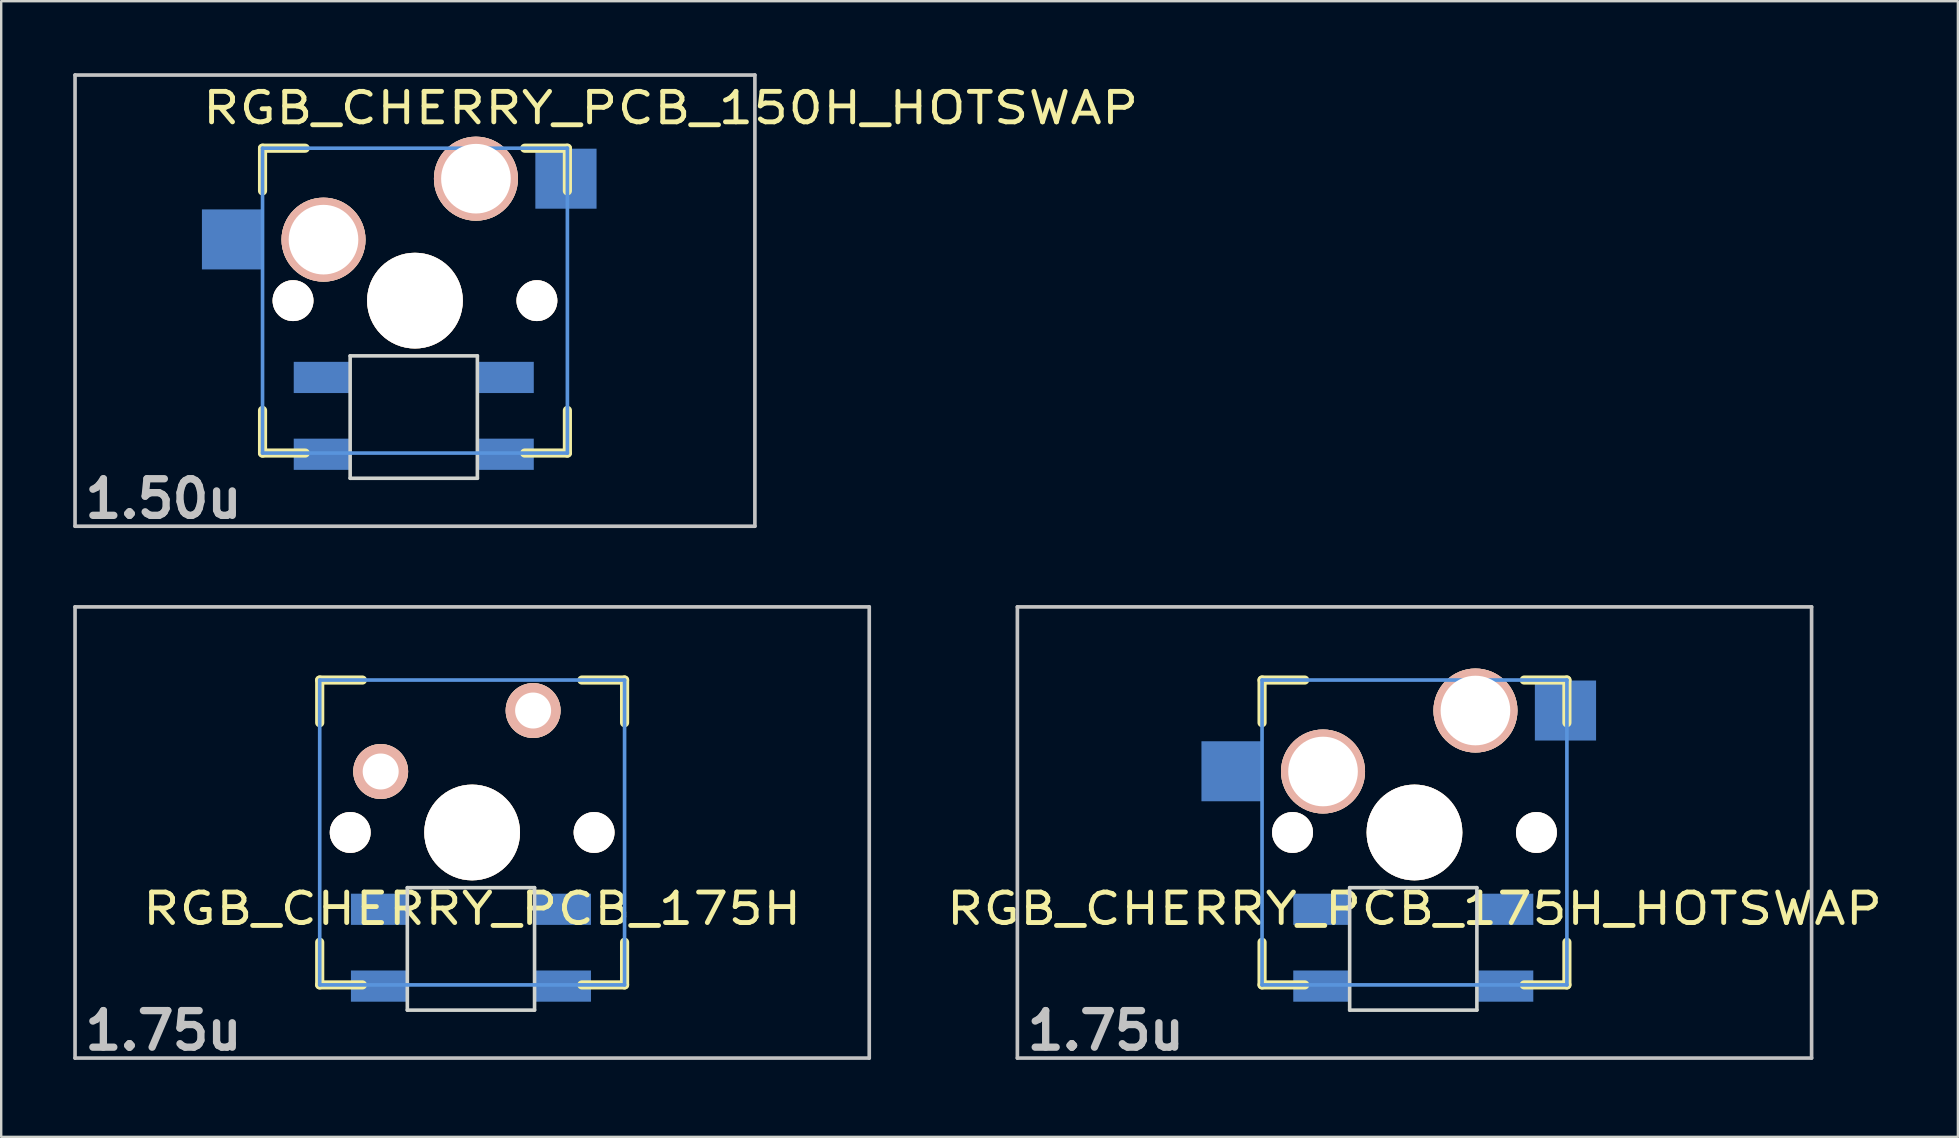
<source format=kicad_pcb>
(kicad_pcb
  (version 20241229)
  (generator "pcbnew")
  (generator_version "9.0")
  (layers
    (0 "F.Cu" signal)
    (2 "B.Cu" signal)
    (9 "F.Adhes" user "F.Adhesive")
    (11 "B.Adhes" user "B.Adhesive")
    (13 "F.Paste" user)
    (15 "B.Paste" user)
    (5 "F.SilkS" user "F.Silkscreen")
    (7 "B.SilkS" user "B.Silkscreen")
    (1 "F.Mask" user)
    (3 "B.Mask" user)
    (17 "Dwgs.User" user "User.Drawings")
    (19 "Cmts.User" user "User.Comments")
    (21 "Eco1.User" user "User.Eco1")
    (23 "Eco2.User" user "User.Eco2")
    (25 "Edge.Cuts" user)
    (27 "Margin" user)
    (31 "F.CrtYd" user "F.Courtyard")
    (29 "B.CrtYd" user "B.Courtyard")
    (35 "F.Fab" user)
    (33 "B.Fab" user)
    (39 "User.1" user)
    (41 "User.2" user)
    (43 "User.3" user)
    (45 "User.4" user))
  (footprint "RGB_CHERRY_PCB_175H_HOTSWAP"
    (layer "F.Cu")
    (at 55.876 31.63)
    (property "Reference" "RGB_CHERRY_PCB_175H_HOTSWAP" (at 0 3.175 0) (layer "F.SilkS") (effects (font (size 1.27 1.524) (thickness 0.203))))
    (attr through_hole)
    (fp_line (start -6.35 -6.35) (end -4.572 -6.35) (stroke (width 0.381) (type solid)) (layer "F.SilkS"))
    (fp_line (start -6.35 -4.572) (end -6.35 -6.35) (stroke (width 0.381) (type solid)) (layer "F.SilkS"))
    (fp_line (start -6.35 6.35) (end -6.35 4.572) (stroke (width 0.381) (type solid)) (layer "F.SilkS"))
    (fp_line (start -4.572 6.35) (end -6.35 6.35) (stroke (width 0.381) (type solid)) (layer "F.SilkS"))
    (fp_line (start 4.572 -6.35) (end 6.35 -6.35) (stroke (width 0.381) (type solid)) (layer "F.SilkS"))
    (fp_line (start 6.35 -6.35) (end 6.35 -4.572) (stroke (width 0.381) (type solid)) (layer "F.SilkS"))
    (fp_line (start 6.35 4.572) (end 6.35 6.35) (stroke (width 0.381) (type solid)) (layer "F.SilkS"))
    (fp_line (start 6.35 6.35) (end 4.572 6.35) (stroke (width 0.381) (type solid)) (layer "F.SilkS"))
    (fp_line (start -16.543 -9.398) (end 16.543 -9.398) (stroke (width 0.152) (type solid)) (layer "Dwgs.User"))
    (fp_line (start -16.543 9.398) (end -16.543 -9.398) (stroke (width 0.152) (type solid)) (layer "Dwgs.User"))
    (fp_line (start 16.543 -9.398) (end 16.543 9.398) (stroke (width 0.152) (type solid)) (layer "Dwgs.User"))
    (fp_line (start 16.543 9.398) (end -16.543 9.398) (stroke (width 0.152) (type solid)) (layer "Dwgs.User"))
    (fp_line (start -6.35 -6.35) (end 6.35 -6.35) (stroke (width 0.152) (type solid)) (layer "Cmts.User"))
    (fp_line (start -6.35 6.35) (end -6.35 -6.35) (stroke (width 0.152) (type solid)) (layer "Cmts.User"))
    (fp_line (start 6.35 -6.35) (end 6.35 6.35) (stroke (width 0.152) (type solid)) (layer "Cmts.User"))
    (fp_line (start 6.35 6.35) (end -6.35 6.35) (stroke (width 0.152) (type solid)) (layer "Cmts.User"))
    (fp_line (start -6.985 -6.985) (end 6.985 -6.985) (stroke (width 0.152) (type solid)) (layer "Eco2.User"))
    (fp_line (start -6.985 6.985) (end -6.985 -6.985) (stroke (width 0.152) (type solid)) (layer "Eco2.User"))
    (fp_line (start 6.985 -6.985) (end 6.985 6.985) (stroke (width 0.152) (type solid)) (layer "Eco2.User"))
    (fp_line (start 6.985 6.985) (end -6.985 6.985) (stroke (width 0.152) (type solid)) (layer "Eco2.User"))
    (fp_line (start -2.7 2.3) (end -2.7 7.4) (stroke (width 0.15) (type solid)) (layer "Edge.Cuts"))
    (fp_line (start -2.7 2.3) (end 2.6 2.3) (stroke (width 0.15) (type solid)) (layer "Edge.Cuts"))
    (fp_line (start 2.6 2.3) (end 2.6 7.4) (stroke (width 0.15) (type solid)) (layer "Edge.Cuts"))
    (fp_line (start 2.6 7.4) (end -2.7 7.4) (stroke (width 0.15) (type solid)) (layer "Edge.Cuts"))
    (fp_text user "1.75u" (at -12.86 8.255 0) (layer "Dwgs.User") (effects (font (size 1.524 1.524) (thickness 0.305))))
    (pad "" np_thru_hole circle (at -5.08 0) (size 1.702 1.702) (drill 1.702) (layers "*.Cu" "*.SilkS" "*.Mask"))
    (pad "" np_thru_hole circle (at 0 0) (size 3.988 3.988) (drill 3.988) (layers "*.Cu" "*.SilkS" "*.Mask"))
    (pad "" np_thru_hole circle (at 5.08 0) (size 1.702 1.702) (drill 1.702) (layers "*.Cu" "*.SilkS" "*.Mask"))
    (pad "1" thru_hole circle (at 2.54 -5.08) (size 3.5 3.5) (drill 2.9) (layers "*.Cu" "*.SilkS" "*.Mask"))
    (pad "1" smd rect (at 6.29 -5.08) (size 2.55 2.5) (layers "B.Cu" "B.Mask" "B.Paste"))
    (pad "2" smd rect (at -7.6 -2.55) (size 2.55 2.5) (layers "B.Cu" "B.Mask" "B.Paste"))
    (pad "2" thru_hole circle (at -3.81 -2.54) (size 3.5 3.5) (drill 2.9) (layers "*.Cu" "*.SilkS" "*.Mask"))
    (pad "3" smd rect (at -2.8 3.2) (size 2.3 1.3) (drill (offset -1.1 0)) (layers "B.Cu" "B.Mask" "B.Paste"))
    (pad "4" smd rect (at -2.8 6.4) (size 2.3 1.3) (drill (offset -1.1 0)) (layers "B.Cu" "B.Mask" "B.Paste"))
    (pad "5" smd rect (at 2.7 6.4) (size 2.3 1.3) (drill (offset 1.1 0)) (layers "B.Cu" "B.Mask" "B.Paste"))
    (pad "6" smd rect (at 2.7 3.2) (size 2.3 1.3) (drill (offset 1.1 0)) (layers "B.Cu" "B.Mask" "B.Paste")))
  (footprint "RGB_CHERRY_PCB_150H_HOTSWAP"
    (layer "F.Cu")
    (at 14.237 9.474)
    (property "Reference" "RGB_CHERRY_PCB_150H_HOTSWAP" (at 10.65 -8.025 0) (layer "F.SilkS") (effects (font (size 1.27 1.524) (thickness 0.203))))
    (attr through_hole)
    (fp_line (start -6.35 -6.35) (end -4.572 -6.35) (stroke (width 0.381) (type solid)) (layer "F.SilkS"))
    (fp_line (start -6.35 -4.572) (end -6.35 -6.35) (stroke (width 0.381) (type solid)) (layer "F.SilkS"))
    (fp_line (start -6.35 6.35) (end -6.35 4.572) (stroke (width 0.381) (type solid)) (layer "F.SilkS"))
    (fp_line (start -4.572 6.35) (end -6.35 6.35) (stroke (width 0.381) (type solid)) (layer "F.SilkS"))
    (fp_line (start 4.572 -6.35) (end 6.35 -6.35) (stroke (width 0.381) (type solid)) (layer "F.SilkS"))
    (fp_line (start 6.35 -6.35) (end 6.35 -4.572) (stroke (width 0.381) (type solid)) (layer "F.SilkS"))
    (fp_line (start 6.35 4.572) (end 6.35 6.35) (stroke (width 0.381) (type solid)) (layer "F.SilkS"))
    (fp_line (start 6.35 6.35) (end 4.572 6.35) (stroke (width 0.381) (type solid)) (layer "F.SilkS"))
    (fp_line (start -14.161 -9.398) (end 14.161 -9.398) (stroke (width 0.152) (type solid)) (layer "Dwgs.User"))
    (fp_line (start -14.161 9.398) (end -14.161 -9.398) (stroke (width 0.152) (type solid)) (layer "Dwgs.User"))
    (fp_line (start 14.161 -9.398) (end 14.161 9.398) (stroke (width 0.152) (type solid)) (layer "Dwgs.User"))
    (fp_line (start 14.161 9.398) (end -14.161 9.398) (stroke (width 0.152) (type solid)) (layer "Dwgs.User"))
    (fp_line (start -6.35 -6.35) (end 6.35 -6.35) (stroke (width 0.152) (type solid)) (layer "Cmts.User"))
    (fp_line (start -6.35 6.35) (end -6.35 -6.35) (stroke (width 0.152) (type solid)) (layer "Cmts.User"))
    (fp_line (start 6.35 -6.35) (end 6.35 6.35) (stroke (width 0.152) (type solid)) (layer "Cmts.User"))
    (fp_line (start 6.35 6.35) (end -6.35 6.35) (stroke (width 0.152) (type solid)) (layer "Cmts.User"))
    (fp_line (start -6.985 -6.985) (end 6.985 -6.985) (stroke (width 0.152) (type solid)) (layer "Eco2.User"))
    (fp_line (start -6.985 6.985) (end -6.985 -6.985) (stroke (width 0.152) (type solid)) (layer "Eco2.User"))
    (fp_line (start 6.985 -6.985) (end 6.985 6.985) (stroke (width 0.152) (type solid)) (layer "Eco2.User"))
    (fp_line (start 6.985 6.985) (end -6.985 6.985) (stroke (width 0.152) (type solid)) (layer "Eco2.User"))
    (fp_line (start -2.7 2.3) (end -2.7 7.4) (stroke (width 0.15) (type solid)) (layer "Edge.Cuts"))
    (fp_line (start -2.7 2.3) (end 2.6 2.3) (stroke (width 0.15) (type solid)) (layer "Edge.Cuts"))
    (fp_line (start 2.6 2.3) (end 2.6 7.4) (stroke (width 0.15) (type solid)) (layer "Edge.Cuts"))
    (fp_line (start 2.6 7.4) (end -2.7 7.4) (stroke (width 0.15) (type solid)) (layer "Edge.Cuts"))
    (fp_text user "1.50u" (at -10.477 8.255 0) (layer "Dwgs.User") (effects (font (size 1.524 1.524) (thickness 0.305))))
    (pad "" np_thru_hole circle (at -5.08 0) (size 1.702 1.702) (drill 1.702) (layers "*.Cu" "*.SilkS" "*.Mask"))
    (pad "" np_thru_hole circle (at 0 0) (size 3.988 3.988) (drill 3.988) (layers "*.Cu" "*.SilkS" "*.Mask"))
    (pad "" np_thru_hole circle (at 5.08 0) (size 1.702 1.702) (drill 1.702) (layers "*.Cu" "*.SilkS" "*.Mask"))
    (pad "1" thru_hole circle (at 2.54 -5.08) (size 3.5 3.5) (drill 2.9) (layers "*.Cu" "*.SilkS" "*.Mask"))
    (pad "1" smd rect (at 6.29 -5.08) (size 2.55 2.5) (layers "B.Cu" "B.Mask" "B.Paste"))
    (pad "2" smd rect (at -7.6 -2.55) (size 2.55 2.5) (layers "B.Cu" "B.Mask" "B.Paste"))
    (pad "2" thru_hole circle (at -3.81 -2.54) (size 3.5 3.5) (drill 2.9) (layers "*.Cu" "*.SilkS" "*.Mask"))
    (pad "3" smd rect (at -2.8 3.2) (size 2.3 1.3) (drill (offset -1.1 0)) (layers "B.Cu" "B.Mask" "B.Paste"))
    (pad "4" smd rect (at -2.8 6.4) (size 2.3 1.3) (drill (offset -1.1 0)) (layers "B.Cu" "B.Mask" "B.Paste"))
    (pad "5" smd rect (at 2.7 6.4) (size 2.3 1.3) (drill (offset 1.1 0)) (layers "B.Cu" "B.Mask" "B.Paste"))
    (pad "6" smd rect (at 2.7 3.2) (size 2.3 1.3) (drill (offset 1.1 0)) (layers "B.Cu" "B.Mask" "B.Paste")))
  (footprint "RGB_CHERRY_PCB_175H"
    (layer "F.Cu")
    (at 16.619 31.63)
    (property "Reference" "RGB_CHERRY_PCB_175H" (at 0 3.175 0) (layer "F.SilkS") (effects (font (size 1.27 1.524) (thickness 0.203))))
    (attr through_hole)
    (fp_line (start -6.35 -6.35) (end -4.572 -6.35) (stroke (width 0.381) (type solid)) (layer "F.SilkS"))
    (fp_line (start -6.35 -4.572) (end -6.35 -6.35) (stroke (width 0.381) (type solid)) (layer "F.SilkS"))
    (fp_line (start -6.35 6.35) (end -6.35 4.572) (stroke (width 0.381) (type solid)) (layer "F.SilkS"))
    (fp_line (start -4.572 6.35) (end -6.35 6.35) (stroke (width 0.381) (type solid)) (layer "F.SilkS"))
    (fp_line (start 4.572 -6.35) (end 6.35 -6.35) (stroke (width 0.381) (type solid)) (layer "F.SilkS"))
    (fp_line (start 6.35 -6.35) (end 6.35 -4.572) (stroke (width 0.381) (type solid)) (layer "F.SilkS"))
    (fp_line (start 6.35 4.572) (end 6.35 6.35) (stroke (width 0.381) (type solid)) (layer "F.SilkS"))
    (fp_line (start 6.35 6.35) (end 4.572 6.35) (stroke (width 0.381) (type solid)) (layer "F.SilkS"))
    (fp_line (start -16.543 -9.398) (end 16.543 -9.398) (stroke (width 0.152) (type solid)) (layer "Dwgs.User"))
    (fp_line (start -16.543 9.398) (end -16.543 -9.398) (stroke (width 0.152) (type solid)) (layer "Dwgs.User"))
    (fp_line (start 16.543 -9.398) (end 16.543 9.398) (stroke (width 0.152) (type solid)) (layer "Dwgs.User"))
    (fp_line (start 16.543 9.398) (end -16.543 9.398) (stroke (width 0.152) (type solid)) (layer "Dwgs.User"))
    (fp_line (start -6.35 -6.35) (end 6.35 -6.35) (stroke (width 0.152) (type solid)) (layer "Cmts.User"))
    (fp_line (start -6.35 6.35) (end -6.35 -6.35) (stroke (width 0.152) (type solid)) (layer "Cmts.User"))
    (fp_line (start 6.35 -6.35) (end 6.35 6.35) (stroke (width 0.152) (type solid)) (layer "Cmts.User"))
    (fp_line (start 6.35 6.35) (end -6.35 6.35) (stroke (width 0.152) (type solid)) (layer "Cmts.User"))
    (fp_line (start -6.985 -6.985) (end 6.985 -6.985) (stroke (width 0.152) (type solid)) (layer "Eco2.User"))
    (fp_line (start -6.985 6.985) (end -6.985 -6.985) (stroke (width 0.152) (type solid)) (layer "Eco2.User"))
    (fp_line (start 6.985 -6.985) (end 6.985 6.985) (stroke (width 0.152) (type solid)) (layer "Eco2.User"))
    (fp_line (start 6.985 6.985) (end -6.985 6.985) (stroke (width 0.152) (type solid)) (layer "Eco2.User"))
    (fp_line (start -2.7 2.3) (end -2.7 7.4) (stroke (width 0.15) (type solid)) (layer "Edge.Cuts"))
    (fp_line (start -2.7 2.3) (end 2.6 2.3) (stroke (width 0.15) (type solid)) (layer "Edge.Cuts"))
    (fp_line (start 2.6 2.3) (end 2.6 7.4) (stroke (width 0.15) (type solid)) (layer "Edge.Cuts"))
    (fp_line (start 2.6 7.4) (end -2.7 7.4) (stroke (width 0.15) (type solid)) (layer "Edge.Cuts"))
    (fp_text user "1.75u" (at -12.86 8.255 0) (layer "Dwgs.User") (effects (font (size 1.524 1.524) (thickness 0.305))))
    (pad "" np_thru_hole circle (at -5.08 0) (size 1.702 1.702) (drill 1.702) (layers "*.Cu" "*.SilkS" "*.Mask"))
    (pad "" np_thru_hole circle (at 0 0) (size 3.988 3.988) (drill 3.988) (layers "*.Cu" "*.SilkS" "*.Mask"))
    (pad "" np_thru_hole circle (at 5.08 0) (size 1.702 1.702) (drill 1.702) (layers "*.Cu" "*.SilkS" "*.Mask"))
    (pad "1" thru_hole circle (at 2.54 -5.08) (size 2.286 2.286) (drill 1.499) (layers "*.Cu" "*.SilkS" "*.Mask"))
    (pad "2" thru_hole circle (at -3.81 -2.54) (size 2.286 2.286) (drill 1.499) (layers "*.Cu" "*.SilkS" "*.Mask"))
    (pad "3" smd rect (at -2.8 3.2) (size 2.3 1.3) (drill (offset -1.1 0)) (layers "B.Cu" "B.Mask" "B.Paste"))
    (pad "4" smd rect (at -2.8 6.4) (size 2.3 1.3) (drill (offset -1.1 0)) (layers "B.Cu" "B.Mask" "B.Paste"))
    (pad "5" smd rect (at 2.7 6.4) (size 2.3 1.3) (drill (offset 1.1 0)) (layers "B.Cu" "B.Mask" "B.Paste"))
    (pad "6" smd rect (at 2.7 3.2) (size 2.3 1.3) (drill (offset 1.1 0)) (layers "B.Cu" "B.Mask" "B.Paste")))
  (gr_rect
    (start -3 -3)
    (end 78.514 44.311)
    (stroke (width 0.1) (type default))
    (fill no)
    (layer "Edge.Cuts")))
</source>
